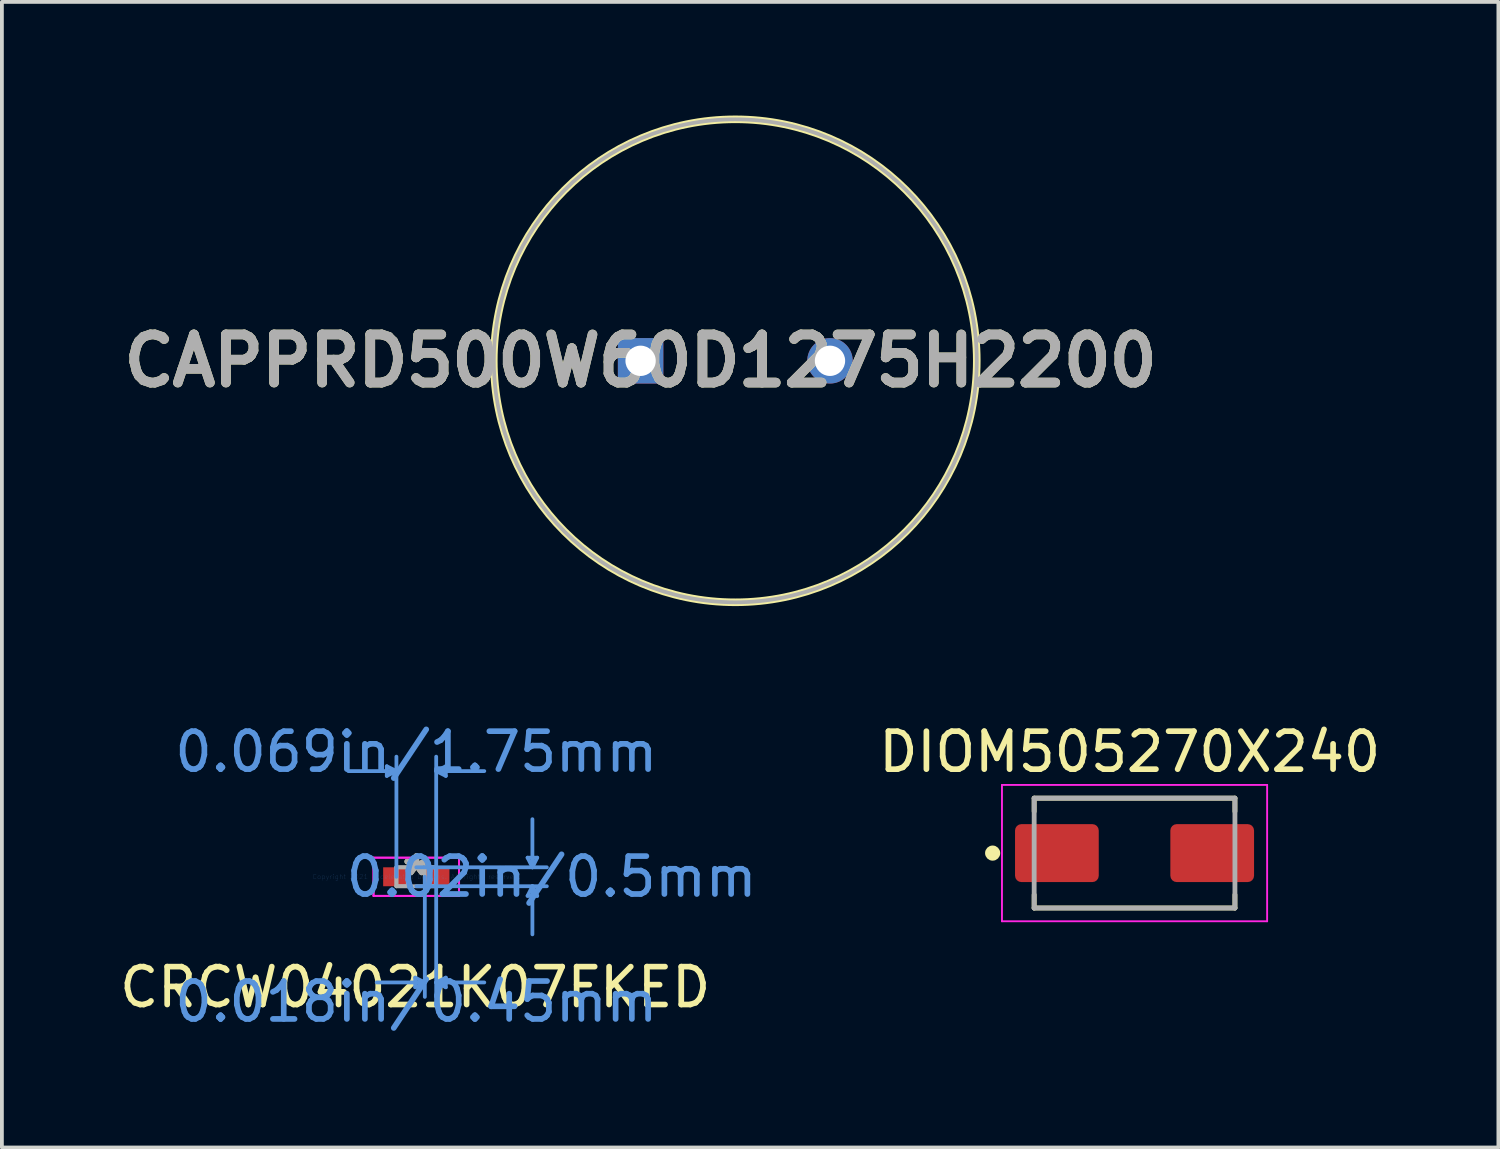
<source format=kicad_pcb>
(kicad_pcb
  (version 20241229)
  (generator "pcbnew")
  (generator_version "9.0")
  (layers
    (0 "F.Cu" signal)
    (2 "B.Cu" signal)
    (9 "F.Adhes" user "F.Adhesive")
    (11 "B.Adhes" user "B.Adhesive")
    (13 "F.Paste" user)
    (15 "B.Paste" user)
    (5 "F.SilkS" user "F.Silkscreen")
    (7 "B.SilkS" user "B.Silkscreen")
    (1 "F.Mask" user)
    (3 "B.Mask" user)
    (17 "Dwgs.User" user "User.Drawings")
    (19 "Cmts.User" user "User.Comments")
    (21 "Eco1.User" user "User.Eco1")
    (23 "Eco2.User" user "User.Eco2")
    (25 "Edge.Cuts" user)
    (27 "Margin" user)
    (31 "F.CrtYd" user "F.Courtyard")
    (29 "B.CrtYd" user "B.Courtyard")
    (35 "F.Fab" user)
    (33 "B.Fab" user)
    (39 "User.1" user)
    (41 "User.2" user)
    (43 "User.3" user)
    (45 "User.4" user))
  (footprint "CAPPRD500W60D1275H2200"
    (layer "F.Cu")
    (at 13.861 6.475)
    (property "Reference" "CAPPRD500W60D1275H2200" (at 0 0 0) (layer "F.SilkS") (effects (font (size 1.27 1.27) (thickness 0.254))))
    (attr through_hole)
    (fp_circle (center 2.5 0) (end 2.5 6.375) (stroke (width 0.2) (type solid)) (fill no) (layer "F.SilkS"))
    (fp_circle (center 2.5 0) (end 2.5 6.375) (stroke (width 0.1) (type solid)) (fill no) (layer "F.Fab"))
    (fp_text user "${REFERENCE}" (at 0 0 0) (layer "F.Fab") (effects (font (size 1.27 1.27) (thickness 0.254))))
    (pad "1" thru_hole rect (at 0 0) (size 1.2 1.2) (drill 0.8) (layers "*.Cu" "*.Mask"))
    (pad "2" thru_hole circle (at 5 0) (size 1.2 1.2) (drill 0.8) (layers "*.Cu" "*.Mask")))
  (footprint "DIOM505270X240"
    (layer "F.Cu")
    (at 26.901 19.471)
    (property "Reference" "DIOM505270X240" (at -0.127 -2.672 0) (layer "F.SilkS") (effects (font (size 1.002 1.002) (thickness 0.15))))
    (attr smd)
    (fp_line (start -2.65 -1.45) (end 2.65 -1.45) (stroke (width 0.127) (type solid)) (layer "F.SilkS"))
    (fp_line (start -2.65 -1.1) (end -2.65 -1.45) (stroke (width 0.127) (type solid)) (layer "F.SilkS"))
    (fp_line (start -2.65 1.1) (end -2.65 1.45) (stroke (width 0.127) (type solid)) (layer "F.SilkS"))
    (fp_line (start -2.65 1.45) (end 2.65 1.45) (stroke (width 0.127) (type solid)) (layer "F.SilkS"))
    (fp_line (start 2.65 -1.45) (end 2.65 -1.1) (stroke (width 0.127) (type solid)) (layer "F.SilkS"))
    (fp_line (start 2.65 1.45) (end 2.65 1.1) (stroke (width 0.127) (type solid)) (layer "F.SilkS"))
    (fp_circle (center -3.746 0) (end -3.646 0) (stroke (width 0.2) (type solid)) (fill no) (layer "F.SilkS"))
    (fp_line (start -3.5 -1.8) (end 3.5 -1.8) (stroke (width 0.05) (type solid)) (layer "F.CrtYd"))
    (fp_line (start -3.5 1.8) (end -3.5 -1.8) (stroke (width 0.05) (type solid)) (layer "F.CrtYd"))
    (fp_line (start 3.5 -1.8) (end 3.5 1.8) (stroke (width 0.05) (type solid)) (layer "F.CrtYd"))
    (fp_line (start 3.5 1.8) (end -3.5 1.8) (stroke (width 0.05) (type solid)) (layer "F.CrtYd"))
    (fp_line (start -2.65 -1.45) (end 2.65 -1.45) (stroke (width 0.127) (type solid)) (layer "F.Fab"))
    (fp_line (start -2.65 1.45) (end -2.65 -1.45) (stroke (width 0.127) (type solid)) (layer "F.Fab"))
    (fp_line (start 2.65 -1.45) (end 2.65 1.45) (stroke (width 0.127) (type solid)) (layer "F.Fab"))
    (fp_line (start 2.65 1.45) (end -2.65 1.45) (stroke (width 0.127) (type solid)) (layer "F.Fab"))
    (pad "A" smd roundrect (at 2.05 0) (size 2.21 1.53) (layers "F.Cu" "F.Mask" "F.Paste") (roundrect_rratio 0.11))
    (pad "C" smd roundrect (at -2.05 0) (size 2.21 1.53) (layers "F.Cu" "F.Mask" "F.Paste") (roundrect_rratio 0.11)))
  (footprint "CRCW04021K07FKED"
    (layer "F.Cu")
    (at 7.94 20.096)
    (property "Reference" "CRCW04021K07FKED" (at -0.029 2.917 0) (layer "F.SilkS") (effects (font (size 1 1) (thickness 0.15))))
    (attr through_hole)
    (fp_line (start -0.779 -2.917) (end -0.779 -2.663) (stroke (width 0.1) (type solid)) (layer "Cmts.User"))
    (fp_line (start -0.525 -2.79) (end -1.795 -2.79) (stroke (width 0.1) (type solid)) (layer "Cmts.User"))
    (fp_line (start -0.525 -2.79) (end -0.779 -2.917) (stroke (width 0.1) (type solid)) (layer "Cmts.User"))
    (fp_line (start -0.525 -2.79) (end -0.779 -2.663) (stroke (width 0.1) (type solid)) (layer "Cmts.User"))
    (fp_line (start -0.525 0) (end -0.525 -3.171) (stroke (width 0.1) (type solid)) (layer "Cmts.User"))
    (fp_line (start -0.029 2.663) (end -0.029 2.917) (stroke (width 0.1) (type solid)) (layer "Cmts.User"))
    (fp_line (start 0 -0.25) (end 3.446 -0.25) (stroke (width 0.1) (type solid)) (layer "Cmts.User"))
    (fp_line (start 0 0.25) (end 3.446 0.25) (stroke (width 0.1) (type solid)) (layer "Cmts.User"))
    (fp_line (start 0.225 0) (end 0.225 3.171) (stroke (width 0.1) (type solid)) (layer "Cmts.User"))
    (fp_line (start 0.225 2.79) (end -1.045 2.79) (stroke (width 0.1) (type solid)) (layer "Cmts.User"))
    (fp_line (start 0.225 2.79) (end -0.029 2.663) (stroke (width 0.1) (type solid)) (layer "Cmts.User"))
    (fp_line (start 0.225 2.79) (end -0.029 2.917) (stroke (width 0.1) (type solid)) (layer "Cmts.User"))
    (fp_line (start 0.525 -2.79) (end 0.779 -2.917) (stroke (width 0.1) (type solid)) (layer "Cmts.User"))
    (fp_line (start 0.525 -2.79) (end 0.779 -2.663) (stroke (width 0.1) (type solid)) (layer "Cmts.User"))
    (fp_line (start 0.525 -2.79) (end 1.795 -2.79) (stroke (width 0.1) (type solid)) (layer "Cmts.User"))
    (fp_line (start 0.525 0) (end 0.525 -3.171) (stroke (width 0.1) (type solid)) (layer "Cmts.User"))
    (fp_line (start 0.525 0) (end 0.525 3.171) (stroke (width 0.1) (type solid)) (layer "Cmts.User"))
    (fp_line (start 0.525 2.79) (end 0.779 2.663) (stroke (width 0.1) (type solid)) (layer "Cmts.User"))
    (fp_line (start 0.525 2.79) (end 0.779 2.917) (stroke (width 0.1) (type solid)) (layer "Cmts.User"))
    (fp_line (start 0.525 2.79) (end 1.795 2.79) (stroke (width 0.1) (type solid)) (layer "Cmts.User"))
    (fp_line (start 0.779 -2.917) (end 0.779 -2.663) (stroke (width 0.1) (type solid)) (layer "Cmts.User"))
    (fp_line (start 0.779 2.663) (end 0.779 2.917) (stroke (width 0.1) (type solid)) (layer "Cmts.User"))
    (fp_line (start 2.938 -0.504) (end 3.192 -0.504) (stroke (width 0.1) (type solid)) (layer "Cmts.User"))
    (fp_line (start 2.938 0.504) (end 3.192 0.504) (stroke (width 0.1) (type solid)) (layer "Cmts.User"))
    (fp_line (start 3.065 -0.25) (end 2.938 -0.504) (stroke (width 0.1) (type solid)) (layer "Cmts.User"))
    (fp_line (start 3.065 -0.25) (end 3.065 -1.52) (stroke (width 0.1) (type solid)) (layer "Cmts.User"))
    (fp_line (start 3.065 -0.25) (end 3.192 -0.504) (stroke (width 0.1) (type solid)) (layer "Cmts.User"))
    (fp_line (start 3.065 0.25) (end 2.938 0.504) (stroke (width 0.1) (type solid)) (layer "Cmts.User"))
    (fp_line (start 3.065 0.25) (end 3.065 1.52) (stroke (width 0.1) (type solid)) (layer "Cmts.User"))
    (fp_line (start 3.065 0.25) (end 3.192 0.504) (stroke (width 0.1) (type solid)) (layer "Cmts.User"))
    (fp_line (start -1.129 -0.504) (end 1.129 -0.504) (stroke (width 0.05) (type solid)) (layer "F.CrtYd"))
    (fp_line (start -1.129 -0.504) (end 1.129 -0.504) (stroke (width 0.05) (type solid)) (layer "F.CrtYd"))
    (fp_line (start -1.129 0.504) (end -1.129 -0.504) (stroke (width 0.05) (type solid)) (layer "F.CrtYd"))
    (fp_line (start -1.129 0.504) (end -1.129 -0.504) (stroke (width 0.05) (type solid)) (layer "F.CrtYd"))
    (fp_line (start 1.129 -0.504) (end 1.129 0.504) (stroke (width 0.05) (type solid)) (layer "F.CrtYd"))
    (fp_line (start 1.129 -0.504) (end 1.129 0.504) (stroke (width 0.05) (type solid)) (layer "F.CrtYd"))
    (fp_line (start 1.129 0.504) (end -1.129 0.504) (stroke (width 0.05) (type solid)) (layer "F.CrtYd"))
    (fp_line (start 1.129 0.504) (end -1.129 0.504) (stroke (width 0.05) (type solid)) (layer "F.CrtYd"))
    (fp_line (start -0.525 -0.25) (end -0.525 0.25) (stroke (width 0.1) (type solid)) (layer "F.Fab"))
    (fp_line (start -0.525 -0.25) (end -0.525 0.25) (stroke (width 0.1) (type solid)) (layer "F.Fab"))
    (fp_line (start -0.525 0.25) (end -0.225 0.25) (stroke (width 0.1) (type solid)) (layer "F.Fab"))
    (fp_line (start -0.525 0.25) (end 0.525 0.25) (stroke (width 0.1) (type solid)) (layer "F.Fab"))
    (fp_line (start -0.225 -0.25) (end -0.525 -0.25) (stroke (width 0.1) (type solid)) (layer "F.Fab"))
    (fp_line (start -0.225 0.25) (end -0.225 -0.25) (stroke (width 0.1) (type solid)) (layer "F.Fab"))
    (fp_line (start 0.225 -0.25) (end 0.225 0.25) (stroke (width 0.1) (type solid)) (layer "F.Fab"))
    (fp_line (start 0.225 0.25) (end 0.525 0.25) (stroke (width 0.1) (type solid)) (layer "F.Fab"))
    (fp_line (start 0.525 -0.25) (end -0.525 -0.25) (stroke (width 0.1) (type solid)) (layer "F.Fab"))
    (fp_line (start 0.525 -0.25) (end 0.225 -0.25) (stroke (width 0.1) (type solid)) (layer "F.Fab"))
    (fp_line (start 0.525 0.25) (end 0.525 -0.25) (stroke (width 0.1) (type solid)) (layer "F.Fab"))
    (fp_line (start 0.525 0.25) (end 0.525 -0.25) (stroke (width 0.1) (type solid)) (layer "F.Fab"))
    (fp_text user "*" (at 0 0 0) (layer "F.SilkS") (effects (font (size 1 1) (thickness 0.15))))
    (fp_text user "Copyright 2021 Accelerated Designs. All rights reserved." (at 0 0 0) (layer "Cmts.User") (effects (font (size 0.127 0.127) (thickness 0.002))))
    (fp_text user "0.018in/0.45mm" (at 0 3.298 0) (layer "Cmts.User") (effects (font (size 1 1) (thickness 0.15))))
    (fp_text user "0.02in/0.5mm" (at 3.573 0 0) (layer "Cmts.User") (effects (font (size 1 1) (thickness 0.15))))
    (fp_text user "0.069in/1.75mm" (at 0 -3.298 0) (layer "Cmts.User") (effects (font (size 1 1) (thickness 0.15))))
    (fp_text user "*" (at 0 0 0) (layer "F.Fab") (effects (font (size 1 1) (thickness 0.15))))
    (pad "1" smd rect (at -0.55 0) (size 0.65 0.5) (layers "F.Cu" "F.Mask" "F.Paste"))
    (pad "2" smd rect (at 0.55 0) (size 0.65 0.5) (layers "F.Cu" "F.Mask" "F.Paste")))
  (gr_rect
    (start -3 -3)
    (end 36.506 27.242)
    (stroke (width 0.1) (type default))
    (fill no)
    (layer "Edge.Cuts")))
</source>
